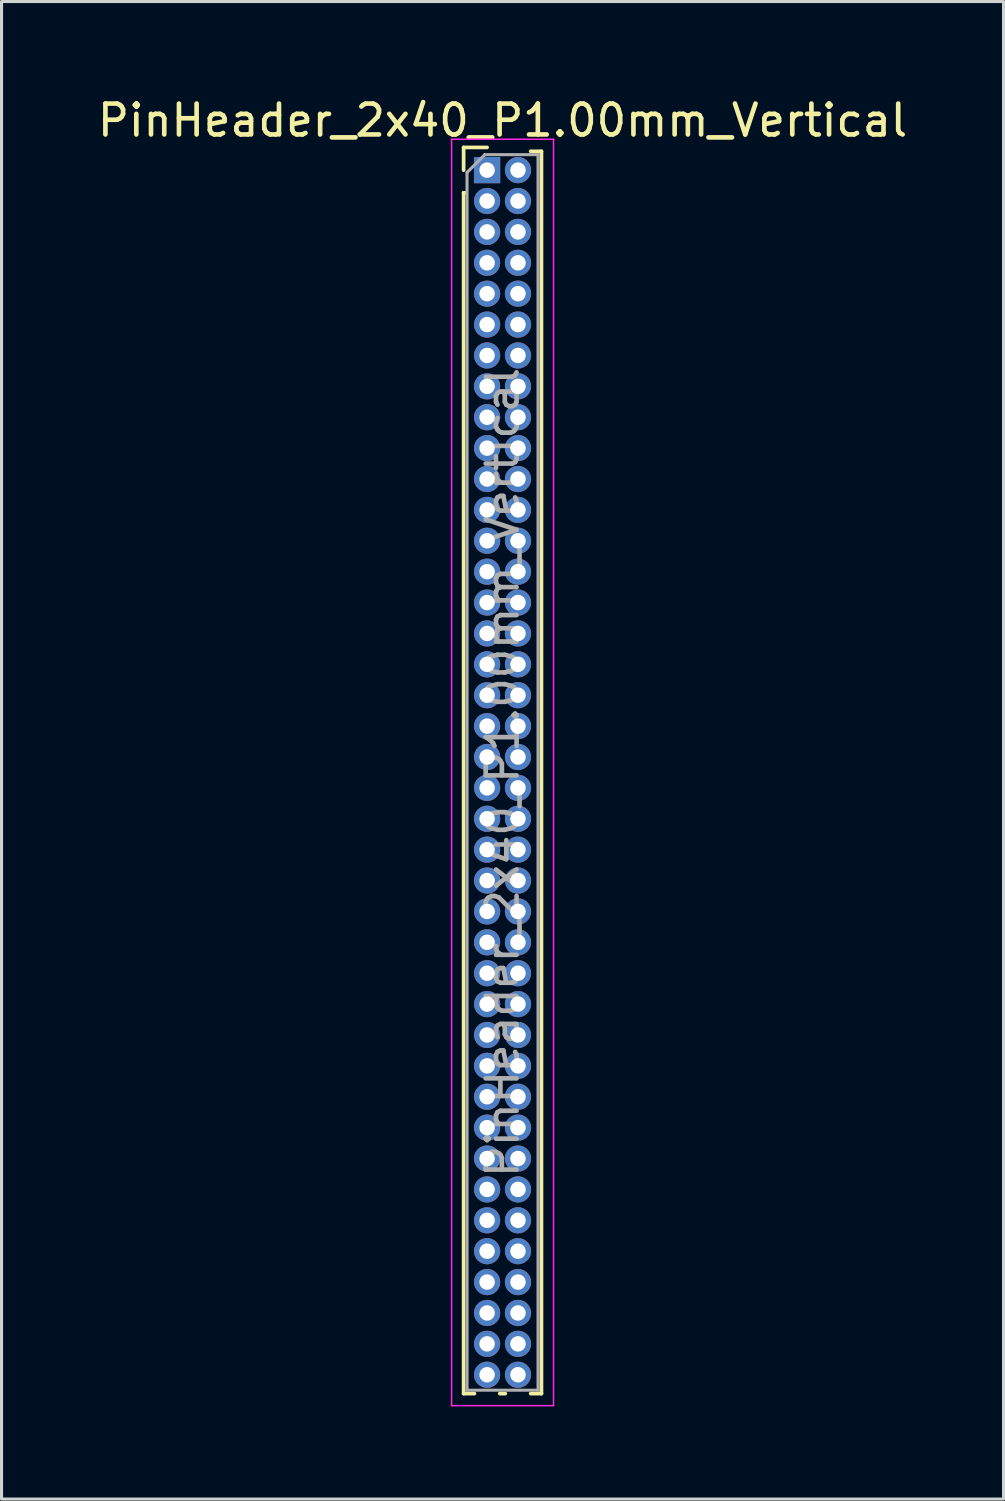
<source format=kicad_pcb>
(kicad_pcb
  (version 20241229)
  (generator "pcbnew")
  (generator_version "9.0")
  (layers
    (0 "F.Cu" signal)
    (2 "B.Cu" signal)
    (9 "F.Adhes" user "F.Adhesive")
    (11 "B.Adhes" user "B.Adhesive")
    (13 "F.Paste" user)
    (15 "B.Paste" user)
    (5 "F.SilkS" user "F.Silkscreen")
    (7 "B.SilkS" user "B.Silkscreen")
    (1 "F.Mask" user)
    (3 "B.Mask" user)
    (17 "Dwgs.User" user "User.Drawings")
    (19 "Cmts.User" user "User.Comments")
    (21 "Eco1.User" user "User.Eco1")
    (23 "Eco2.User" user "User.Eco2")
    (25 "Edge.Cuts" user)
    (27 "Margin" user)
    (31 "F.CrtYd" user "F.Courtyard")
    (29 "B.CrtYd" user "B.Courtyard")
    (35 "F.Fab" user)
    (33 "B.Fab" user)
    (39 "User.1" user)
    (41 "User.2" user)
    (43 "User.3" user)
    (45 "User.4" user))
  (footprint "PinHeader_2x40_P1.00mm_Vertical"
    (layer "F.Cu")
    (at 12.72 2.458)
    (property "Reference" "PinHeader_2x40_P1.00mm_Vertical" (at 0.5 -1.61 0) (layer "F.SilkS") (effects (font (size 1 1) (thickness 0.15))))
    (attr through_hole)
    (fp_line (start -0.76 -0.735) (end 0 -0.735) (stroke (width 0.12) (type solid)) (layer "F.SilkS"))
    (fp_line (start -0.76 0) (end -0.76 -0.735) (stroke (width 0.12) (type solid)) (layer "F.SilkS"))
    (fp_line (start -0.76 0.735) (end -0.76 39.61) (stroke (width 0.12) (type solid)) (layer "F.SilkS"))
    (fp_line (start -0.76 0.735) (end -0.686 0.735) (stroke (width 0.12) (type solid)) (layer "F.SilkS"))
    (fp_line (start -0.76 39.61) (end -0.41 39.61) (stroke (width 0.12) (type solid)) (layer "F.SilkS"))
    (fp_line (start 0.41 39.61) (end 0.59 39.61) (stroke (width 0.12) (type solid)) (layer "F.SilkS"))
    (fp_line (start 1.41 -0.61) (end 1.76 -0.61) (stroke (width 0.12) (type solid)) (layer "F.SilkS"))
    (fp_line (start 1.41 39.61) (end 1.76 39.61) (stroke (width 0.12) (type solid)) (layer "F.SilkS"))
    (fp_line (start 1.76 -0.61) (end 1.76 39.61) (stroke (width 0.12) (type solid)) (layer "F.SilkS"))
    (fp_line (start -1.15 -1) (end -1.15 40) (stroke (width 0.05) (type solid)) (layer "F.CrtYd"))
    (fp_line (start -1.15 40) (end 2.15 40) (stroke (width 0.05) (type solid)) (layer "F.CrtYd"))
    (fp_line (start 2.15 -1) (end -1.15 -1) (stroke (width 0.05) (type solid)) (layer "F.CrtYd"))
    (fp_line (start 2.15 40) (end 2.15 -1) (stroke (width 0.05) (type solid)) (layer "F.CrtYd"))
    (fp_line (start -0.65 0.075) (end -0.075 -0.5) (stroke (width 0.1) (type solid)) (layer "F.Fab"))
    (fp_line (start -0.65 39.5) (end -0.65 0.075) (stroke (width 0.1) (type solid)) (layer "F.Fab"))
    (fp_line (start -0.075 -0.5) (end 1.65 -0.5) (stroke (width 0.1) (type solid)) (layer "F.Fab"))
    (fp_line (start 1.65 -0.5) (end 1.65 39.5) (stroke (width 0.1) (type solid)) (layer "F.Fab"))
    (fp_line (start 1.65 39.5) (end -0.65 39.5) (stroke (width 0.1) (type solid)) (layer "F.Fab"))
    (fp_text user "${REFERENCE}" (at 0.5 19.5 90) (layer "F.Fab") (effects (font (size 1 1) (thickness 0.15))))
    (pad "1" thru_hole rect (at 0 0) (size 0.85 0.85) (drill 0.5) (layers "*.Cu" "*.Mask"))
    (pad "2" thru_hole circle (at 1 0) (size 0.85 0.85) (drill 0.5) (layers "*.Cu" "*.Mask"))
    (pad "3" thru_hole circle (at 0 1) (size 0.85 0.85) (drill 0.5) (layers "*.Cu" "*.Mask"))
    (pad "4" thru_hole circle (at 1 1) (size 0.85 0.85) (drill 0.5) (layers "*.Cu" "*.Mask"))
    (pad "5" thru_hole circle (at 0 2) (size 0.85 0.85) (drill 0.5) (layers "*.Cu" "*.Mask"))
    (pad "6" thru_hole circle (at 1 2) (size 0.85 0.85) (drill 0.5) (layers "*.Cu" "*.Mask"))
    (pad "7" thru_hole circle (at 0 3) (size 0.85 0.85) (drill 0.5) (layers "*.Cu" "*.Mask"))
    (pad "8" thru_hole circle (at 1 3) (size 0.85 0.85) (drill 0.5) (layers "*.Cu" "*.Mask"))
    (pad "9" thru_hole circle (at 0 4) (size 0.85 0.85) (drill 0.5) (layers "*.Cu" "*.Mask"))
    (pad "10" thru_hole circle (at 1 4) (size 0.85 0.85) (drill 0.5) (layers "*.Cu" "*.Mask"))
    (pad "11" thru_hole circle (at 0 5) (size 0.85 0.85) (drill 0.5) (layers "*.Cu" "*.Mask"))
    (pad "12" thru_hole circle (at 1 5) (size 0.85 0.85) (drill 0.5) (layers "*.Cu" "*.Mask"))
    (pad "13" thru_hole circle (at 0 6) (size 0.85 0.85) (drill 0.5) (layers "*.Cu" "*.Mask"))
    (pad "14" thru_hole circle (at 1 6) (size 0.85 0.85) (drill 0.5) (layers "*.Cu" "*.Mask"))
    (pad "15" thru_hole circle (at 0 7) (size 0.85 0.85) (drill 0.5) (layers "*.Cu" "*.Mask"))
    (pad "16" thru_hole circle (at 1 7) (size 0.85 0.85) (drill 0.5) (layers "*.Cu" "*.Mask"))
    (pad "17" thru_hole circle (at 0 8) (size 0.85 0.85) (drill 0.5) (layers "*.Cu" "*.Mask"))
    (pad "18" thru_hole circle (at 1 8) (size 0.85 0.85) (drill 0.5) (layers "*.Cu" "*.Mask"))
    (pad "19" thru_hole circle (at 0 9) (size 0.85 0.85) (drill 0.5) (layers "*.Cu" "*.Mask"))
    (pad "20" thru_hole circle (at 1 9) (size 0.85 0.85) (drill 0.5) (layers "*.Cu" "*.Mask"))
    (pad "21" thru_hole circle (at 0 10) (size 0.85 0.85) (drill 0.5) (layers "*.Cu" "*.Mask"))
    (pad "22" thru_hole circle (at 1 10) (size 0.85 0.85) (drill 0.5) (layers "*.Cu" "*.Mask"))
    (pad "23" thru_hole circle (at 0 11) (size 0.85 0.85) (drill 0.5) (layers "*.Cu" "*.Mask"))
    (pad "24" thru_hole circle (at 1 11) (size 0.85 0.85) (drill 0.5) (layers "*.Cu" "*.Mask"))
    (pad "25" thru_hole circle (at 0 12) (size 0.85 0.85) (drill 0.5) (layers "*.Cu" "*.Mask"))
    (pad "26" thru_hole circle (at 1 12) (size 0.85 0.85) (drill 0.5) (layers "*.Cu" "*.Mask"))
    (pad "27" thru_hole circle (at 0 13) (size 0.85 0.85) (drill 0.5) (layers "*.Cu" "*.Mask"))
    (pad "28" thru_hole circle (at 1 13) (size 0.85 0.85) (drill 0.5) (layers "*.Cu" "*.Mask"))
    (pad "29" thru_hole circle (at 0 14) (size 0.85 0.85) (drill 0.5) (layers "*.Cu" "*.Mask"))
    (pad "30" thru_hole circle (at 1 14) (size 0.85 0.85) (drill 0.5) (layers "*.Cu" "*.Mask"))
    (pad "31" thru_hole circle (at 0 15) (size 0.85 0.85) (drill 0.5) (layers "*.Cu" "*.Mask"))
    (pad "32" thru_hole circle (at 1 15) (size 0.85 0.85) (drill 0.5) (layers "*.Cu" "*.Mask"))
    (pad "33" thru_hole circle (at 0 16) (size 0.85 0.85) (drill 0.5) (layers "*.Cu" "*.Mask"))
    (pad "34" thru_hole circle (at 1 16) (size 0.85 0.85) (drill 0.5) (layers "*.Cu" "*.Mask"))
    (pad "35" thru_hole circle (at 0 17) (size 0.85 0.85) (drill 0.5) (layers "*.Cu" "*.Mask"))
    (pad "36" thru_hole circle (at 1 17) (size 0.85 0.85) (drill 0.5) (layers "*.Cu" "*.Mask"))
    (pad "37" thru_hole circle (at 0 18) (size 0.85 0.85) (drill 0.5) (layers "*.Cu" "*.Mask"))
    (pad "38" thru_hole circle (at 1 18) (size 0.85 0.85) (drill 0.5) (layers "*.Cu" "*.Mask"))
    (pad "39" thru_hole circle (at 0 19) (size 0.85 0.85) (drill 0.5) (layers "*.Cu" "*.Mask"))
    (pad "40" thru_hole circle (at 1 19) (size 0.85 0.85) (drill 0.5) (layers "*.Cu" "*.Mask"))
    (pad "41" thru_hole circle (at 0 20) (size 0.85 0.85) (drill 0.5) (layers "*.Cu" "*.Mask"))
    (pad "42" thru_hole circle (at 1 20) (size 0.85 0.85) (drill 0.5) (layers "*.Cu" "*.Mask"))
    (pad "43" thru_hole circle (at 0 21) (size 0.85 0.85) (drill 0.5) (layers "*.Cu" "*.Mask"))
    (pad "44" thru_hole circle (at 1 21) (size 0.85 0.85) (drill 0.5) (layers "*.Cu" "*.Mask"))
    (pad "45" thru_hole circle (at 0 22) (size 0.85 0.85) (drill 0.5) (layers "*.Cu" "*.Mask"))
    (pad "46" thru_hole circle (at 1 22) (size 0.85 0.85) (drill 0.5) (layers "*.Cu" "*.Mask"))
    (pad "47" thru_hole circle (at 0 23) (size 0.85 0.85) (drill 0.5) (layers "*.Cu" "*.Mask"))
    (pad "48" thru_hole circle (at 1 23) (size 0.85 0.85) (drill 0.5) (layers "*.Cu" "*.Mask"))
    (pad "49" thru_hole circle (at 0 24) (size 0.85 0.85) (drill 0.5) (layers "*.Cu" "*.Mask"))
    (pad "50" thru_hole circle (at 1 24) (size 0.85 0.85) (drill 0.5) (layers "*.Cu" "*.Mask"))
    (pad "51" thru_hole circle (at 0 25) (size 0.85 0.85) (drill 0.5) (layers "*.Cu" "*.Mask"))
    (pad "52" thru_hole circle (at 1 25) (size 0.85 0.85) (drill 0.5) (layers "*.Cu" "*.Mask"))
    (pad "53" thru_hole circle (at 0 26) (size 0.85 0.85) (drill 0.5) (layers "*.Cu" "*.Mask"))
    (pad "54" thru_hole circle (at 1 26) (size 0.85 0.85) (drill 0.5) (layers "*.Cu" "*.Mask"))
    (pad "55" thru_hole circle (at 0 27) (size 0.85 0.85) (drill 0.5) (layers "*.Cu" "*.Mask"))
    (pad "56" thru_hole circle (at 1 27) (size 0.85 0.85) (drill 0.5) (layers "*.Cu" "*.Mask"))
    (pad "57" thru_hole circle (at 0 28) (size 0.85 0.85) (drill 0.5) (layers "*.Cu" "*.Mask"))
    (pad "58" thru_hole circle (at 1 28) (size 0.85 0.85) (drill 0.5) (layers "*.Cu" "*.Mask"))
    (pad "59" thru_hole circle (at 0 29) (size 0.85 0.85) (drill 0.5) (layers "*.Cu" "*.Mask"))
    (pad "60" thru_hole circle (at 1 29) (size 0.85 0.85) (drill 0.5) (layers "*.Cu" "*.Mask"))
    (pad "61" thru_hole circle (at 0 30) (size 0.85 0.85) (drill 0.5) (layers "*.Cu" "*.Mask"))
    (pad "62" thru_hole circle (at 1 30) (size 0.85 0.85) (drill 0.5) (layers "*.Cu" "*.Mask"))
    (pad "63" thru_hole circle (at 0 31) (size 0.85 0.85) (drill 0.5) (layers "*.Cu" "*.Mask"))
    (pad "64" thru_hole circle (at 1 31) (size 0.85 0.85) (drill 0.5) (layers "*.Cu" "*.Mask"))
    (pad "65" thru_hole circle (at 0 32) (size 0.85 0.85) (drill 0.5) (layers "*.Cu" "*.Mask"))
    (pad "66" thru_hole circle (at 1 32) (size 0.85 0.85) (drill 0.5) (layers "*.Cu" "*.Mask"))
    (pad "67" thru_hole circle (at 0 33) (size 0.85 0.85) (drill 0.5) (layers "*.Cu" "*.Mask"))
    (pad "68" thru_hole circle (at 1 33) (size 0.85 0.85) (drill 0.5) (layers "*.Cu" "*.Mask"))
    (pad "69" thru_hole circle (at 0 34) (size 0.85 0.85) (drill 0.5) (layers "*.Cu" "*.Mask"))
    (pad "70" thru_hole circle (at 1 34) (size 0.85 0.85) (drill 0.5) (layers "*.Cu" "*.Mask"))
    (pad "71" thru_hole circle (at 0 35) (size 0.85 0.85) (drill 0.5) (layers "*.Cu" "*.Mask"))
    (pad "72" thru_hole circle (at 1 35) (size 0.85 0.85) (drill 0.5) (layers "*.Cu" "*.Mask"))
    (pad "73" thru_hole circle (at 0 36) (size 0.85 0.85) (drill 0.5) (layers "*.Cu" "*.Mask"))
    (pad "74" thru_hole circle (at 1 36) (size 0.85 0.85) (drill 0.5) (layers "*.Cu" "*.Mask"))
    (pad "75" thru_hole circle (at 0 37) (size 0.85 0.85) (drill 0.5) (layers "*.Cu" "*.Mask"))
    (pad "76" thru_hole circle (at 1 37) (size 0.85 0.85) (drill 0.5) (layers "*.Cu" "*.Mask"))
    (pad "77" thru_hole circle (at 0 38) (size 0.85 0.85) (drill 0.5) (layers "*.Cu" "*.Mask"))
    (pad "78" thru_hole circle (at 1 38) (size 0.85 0.85) (drill 0.5) (layers "*.Cu" "*.Mask"))
    (pad "79" thru_hole circle (at 0 39) (size 0.85 0.85) (drill 0.5) (layers "*.Cu" "*.Mask"))
    (pad "80" thru_hole circle (at 1 39) (size 0.85 0.85) (drill 0.5) (layers "*.Cu" "*.Mask")))
  (gr_rect
    (start -3 -3)
    (end 29.44 45.483)
    (stroke (width 0.1) (type default))
    (fill no)
    (layer "Edge.Cuts")))
</source>
